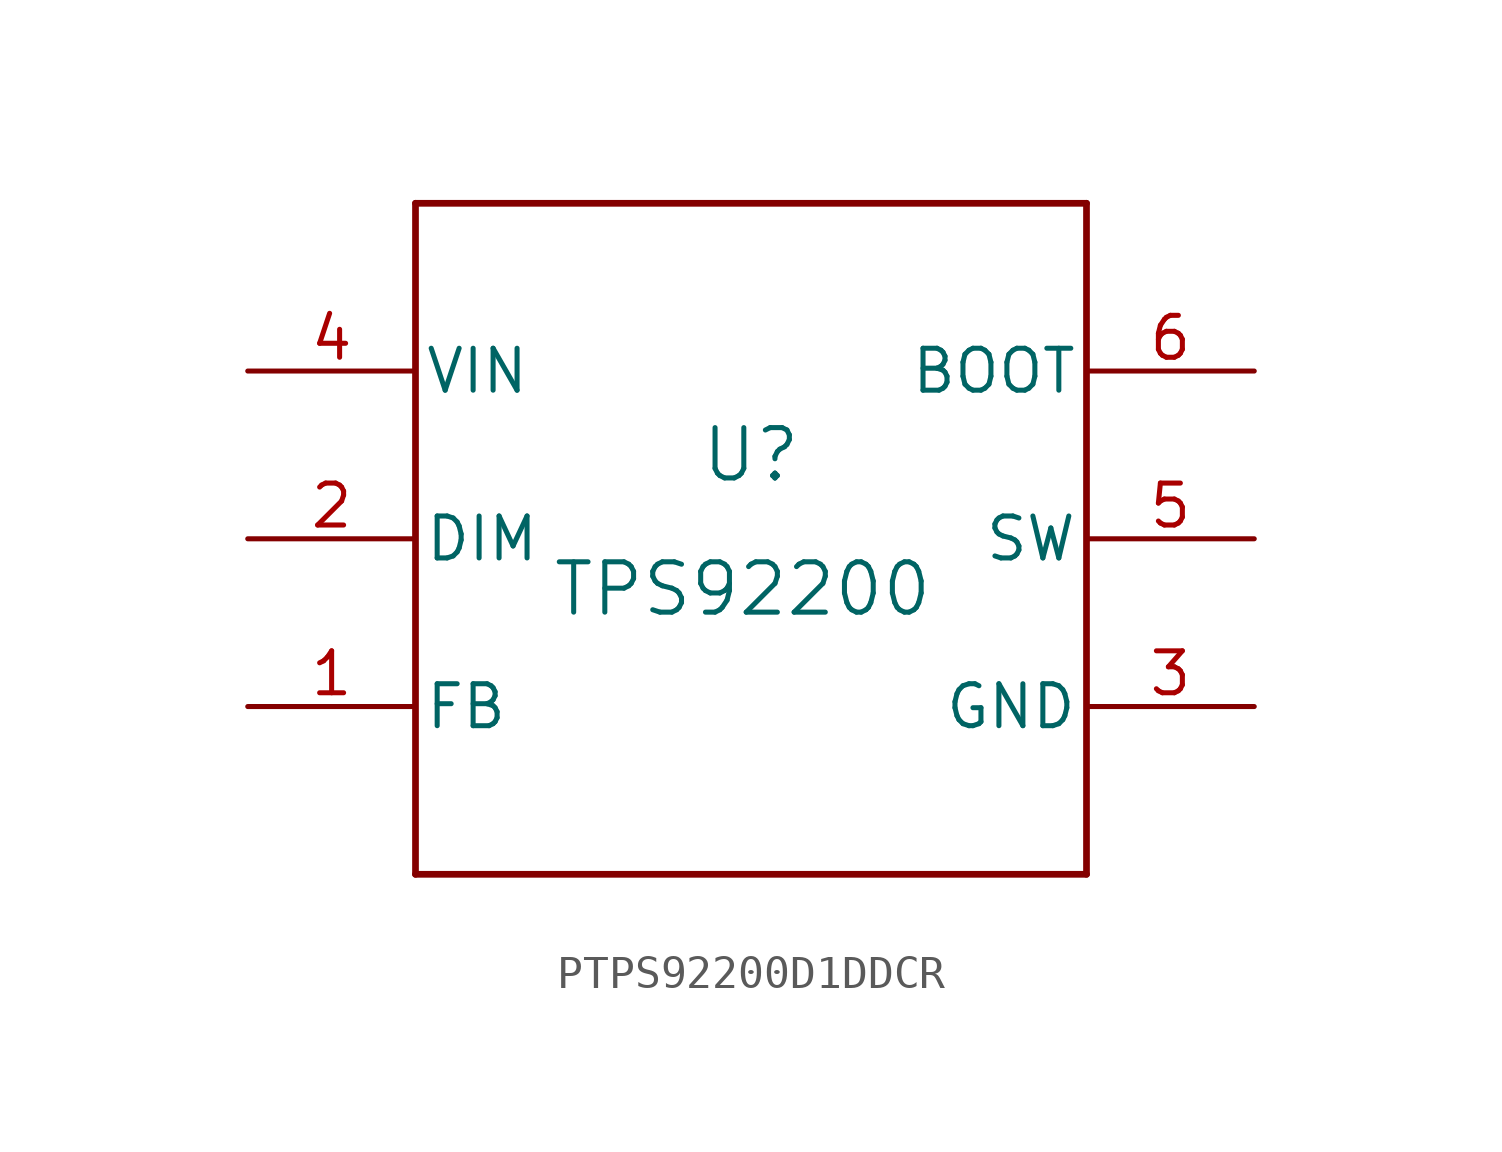
<source format=kicad_sym>
(kicad_symbol_lib
  (version 20241209)
  (generator "kicad_symbol_editor")
  (generator_version "9.0")
  (symbol "PTPS92200D1DDCR"
    (pin_names
      (offset 0.254))
    (property "Reference" "U"
      (at 0 2.54 0)
      (effects (font (size 1.524 1.524))))
    (property "Value" "TPS92200"
      (at -0.254 -1.524 0)
      (effects (font (size 1.524 1.524))))
    (symbol "PTPS92200D1DDCR_0_1"
      (polyline (pts (xy -10.16 10.16) (xy -10.16 -10.16)) (stroke (width 0.203) (type default)) (fill (type none)))
      (polyline (pts (xy -10.16 -10.16) (xy 10.16 -10.16)) (stroke (width 0.203) (type default)) (fill (type none)))
      (polyline (pts (xy 10.16 10.16) (xy -10.16 10.16)) (stroke (width 0.203) (type default)) (fill (type none)))
      (polyline (pts (xy 10.16 -10.16) (xy 10.16 10.16)) (stroke (width 0.203) (type default)) (fill (type none)))
      (pin power_in line (at -15.24 5.08 0) (length 5.08) (name "VIN" (effects (font (size 1.27 1.27)))) (number "4" (effects (font (size 1.27 1.27)))))
      (pin input line (at -15.24 0 0) (length 5.08) (name "DIM" (effects (font (size 1.27 1.27)))) (number "2" (effects (font (size 1.27 1.27)))))
      (pin input line (at -15.24 -5.08 0) (length 5.08) (name "FB" (effects (font (size 1.27 1.27)))) (number "1" (effects (font (size 1.27 1.27)))))
      (pin power_in line (at 15.24 5.08 180) (length 5.08) (name "BOOT" (effects (font (size 1.27 1.27)))) (number "6" (effects (font (size 1.27 1.27)))))
      (pin power_in line (at 15.24 0 180) (length 5.08) (name "SW" (effects (font (size 1.27 1.27)))) (number "5" (effects (font (size 1.27 1.27)))))
      (pin power_in line (at 15.24 -5.08 180) (length 5.08) (name "GND" (effects (font (size 1.27 1.27)))) (number "3" (effects (font (size 1.27 1.27))))))))
</source>
